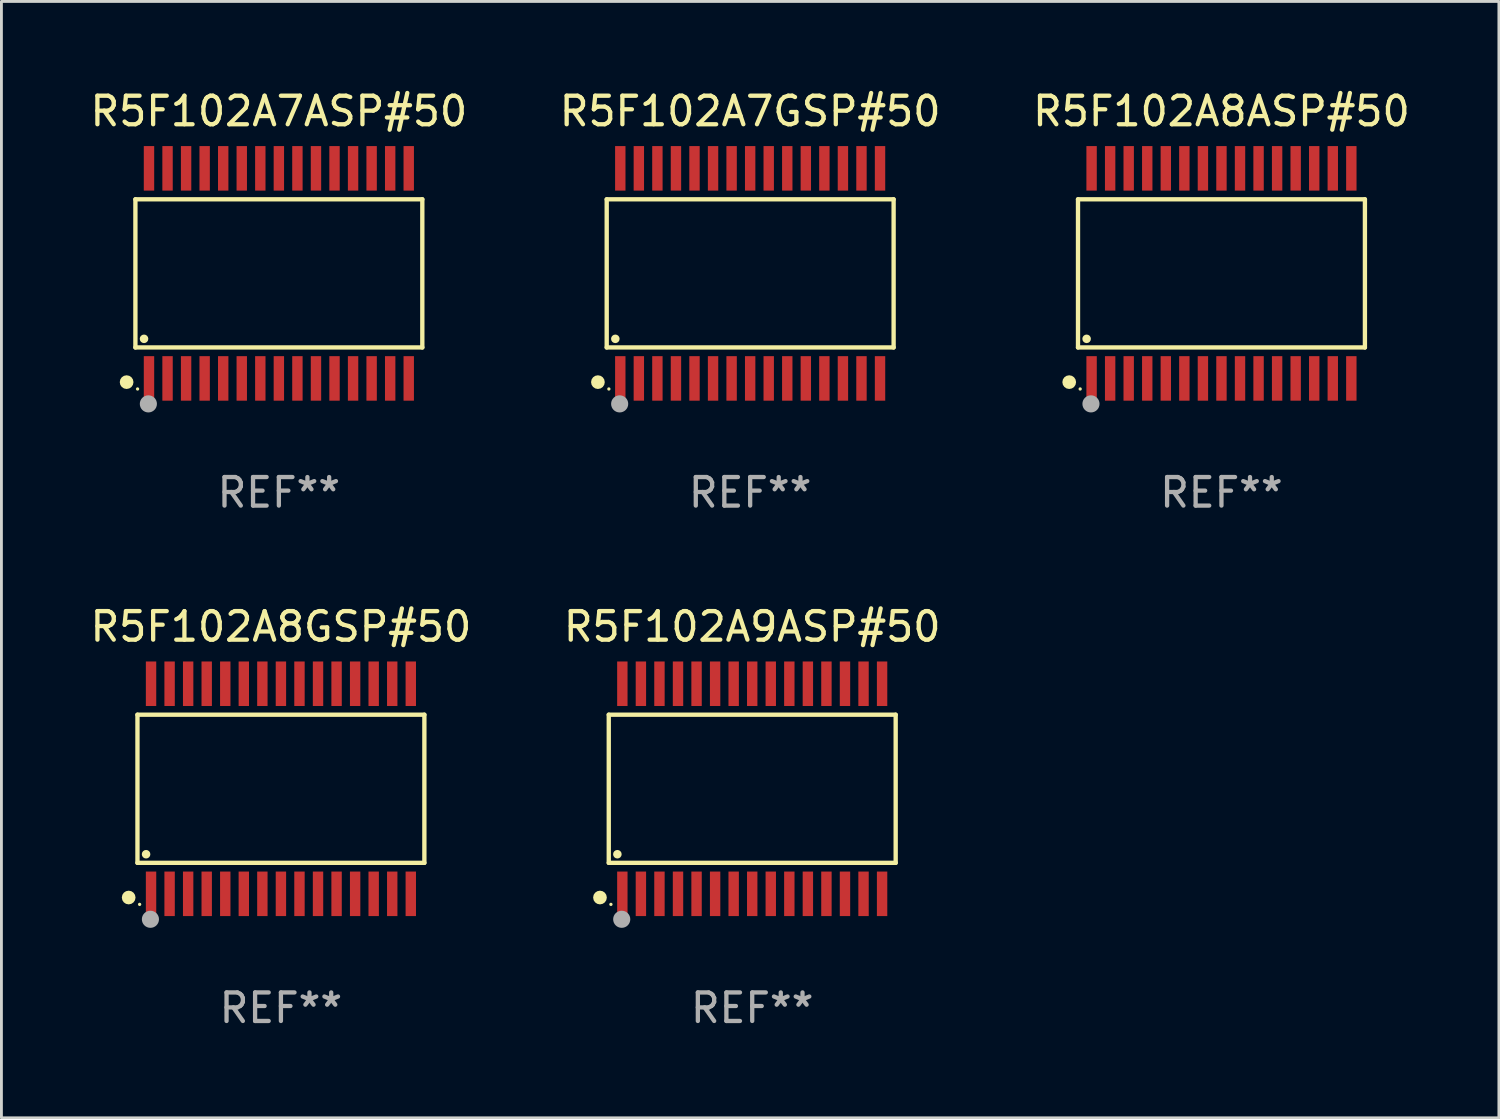
<source format=kicad_pcb>
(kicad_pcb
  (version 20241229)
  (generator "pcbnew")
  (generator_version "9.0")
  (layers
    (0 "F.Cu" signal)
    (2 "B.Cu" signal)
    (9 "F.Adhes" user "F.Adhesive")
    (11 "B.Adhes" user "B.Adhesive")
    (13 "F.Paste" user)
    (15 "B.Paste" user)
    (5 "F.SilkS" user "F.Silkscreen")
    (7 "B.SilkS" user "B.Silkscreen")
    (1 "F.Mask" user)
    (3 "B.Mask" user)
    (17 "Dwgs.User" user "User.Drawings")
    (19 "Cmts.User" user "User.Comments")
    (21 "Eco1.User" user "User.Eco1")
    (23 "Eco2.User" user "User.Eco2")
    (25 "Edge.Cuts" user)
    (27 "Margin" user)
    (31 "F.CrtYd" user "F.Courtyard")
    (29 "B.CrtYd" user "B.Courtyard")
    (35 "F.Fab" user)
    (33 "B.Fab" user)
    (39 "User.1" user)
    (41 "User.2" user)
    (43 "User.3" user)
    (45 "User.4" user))
  (footprint "R5F102A8GSP#50"
    (layer "F.Cu")
    (at 6.792 24.585)
    (property "Reference" "R5F102A8GSP#50" (at 0 -5.68 0) (layer "F.SilkS") (effects (font (size 1 1) (thickness 0.15))))
    (attr through_hole)
    (fp_line (start -5.026 -2.595) (end 5.026 -2.595) (stroke (width 0.152) (type solid)) (layer "F.SilkS"))
    (fp_line (start -5.026 2.595) (end -5.026 -2.595) (stroke (width 0.152) (type solid)) (layer "F.SilkS"))
    (fp_line (start 5.026 -2.595) (end 5.026 2.595) (stroke (width 0.152) (type solid)) (layer "F.SilkS"))
    (fp_line (start 5.026 2.595) (end -5.026 2.595) (stroke (width 0.152) (type solid)) (layer "F.SilkS"))
    (fp_circle (center -5.334 3.81) (end -5.214 3.81) (stroke (width 0.24) (type solid)) (fill no) (layer "F.SilkS"))
    (fp_circle (center -4.95 4.05) (end -4.92 4.05) (stroke (width 0.06) (type solid)) (fill no) (layer "F.SilkS"))
    (fp_circle (center -4.724 2.293) (end -4.649 2.293) (stroke (width 0.15) (type solid)) (fill no) (layer "F.SilkS"))
    (fp_circle (center -4.572 4.572) (end -4.422 4.572) (stroke (width 0.3) (type solid)) (fill no) (layer "F.Fab"))
    (fp_text user "REF**" (at 0 7.68 0) (layer "F.Fab") (effects (font (size 1 1) (thickness 0.15))))
    (pad "1" smd rect (at -4.55 3.68) (size 0.364 1.56) (layers "F.Cu" "F.Mask" "F.Paste"))
    (pad "2" smd rect (at -3.9 3.68) (size 0.364 1.56) (layers "F.Cu" "F.Mask" "F.Paste"))
    (pad "3" smd rect (at -3.25 3.68) (size 0.364 1.56) (layers "F.Cu" "F.Mask" "F.Paste"))
    (pad "4" smd rect (at -2.6 3.68) (size 0.364 1.56) (layers "F.Cu" "F.Mask" "F.Paste"))
    (pad "5" smd rect (at -1.95 3.68) (size 0.364 1.56) (layers "F.Cu" "F.Mask" "F.Paste"))
    (pad "6" smd rect (at -1.3 3.68) (size 0.364 1.56) (layers "F.Cu" "F.Mask" "F.Paste"))
    (pad "7" smd rect (at -0.65 3.68) (size 0.364 1.56) (layers "F.Cu" "F.Mask" "F.Paste"))
    (pad "8" smd rect (at -0.000013 3.68) (size 0.364 1.56) (layers "F.Cu" "F.Mask" "F.Paste"))
    (pad "9" smd rect (at 0.65 3.68) (size 0.364 1.56) (layers "F.Cu" "F.Mask" "F.Paste"))
    (pad "10" smd rect (at 1.3 3.68) (size 0.364 1.56) (layers "F.Cu" "F.Mask" "F.Paste"))
    (pad "11" smd rect (at 1.95 3.68) (size 0.364 1.56) (layers "F.Cu" "F.Mask" "F.Paste"))
    (pad "12" smd rect (at 2.6 3.68) (size 0.364 1.56) (layers "F.Cu" "F.Mask" "F.Paste"))
    (pad "13" smd rect (at 3.25 3.68) (size 0.364 1.56) (layers "F.Cu" "F.Mask" "F.Paste"))
    (pad "14" smd rect (at 3.9 3.68) (size 0.364 1.56) (layers "F.Cu" "F.Mask" "F.Paste"))
    (pad "15" smd rect (at 4.55 3.68) (size 0.364 1.56) (layers "F.Cu" "F.Mask" "F.Paste"))
    (pad "16" smd rect (at 4.55 -3.68) (size 0.364 1.56) (layers "F.Cu" "F.Mask" "F.Paste"))
    (pad "17" smd rect (at 3.9 -3.68) (size 0.364 1.56) (layers "F.Cu" "F.Mask" "F.Paste"))
    (pad "18" smd rect (at 3.25 -3.68) (size 0.364 1.56) (layers "F.Cu" "F.Mask" "F.Paste"))
    (pad "19" smd rect (at 2.6 -3.68) (size 0.364 1.56) (layers "F.Cu" "F.Mask" "F.Paste"))
    (pad "20" smd rect (at 1.95 -3.68) (size 0.364 1.56) (layers "F.Cu" "F.Mask" "F.Paste"))
    (pad "21" smd rect (at 1.3 -3.68) (size 0.364 1.56) (layers "F.Cu" "F.Mask" "F.Paste"))
    (pad "22" smd rect (at 0.65 -3.68) (size 0.364 1.56) (layers "F.Cu" "F.Mask" "F.Paste"))
    (pad "23" smd rect (at -0.000013 -3.68) (size 0.364 1.56) (layers "F.Cu" "F.Mask" "F.Paste"))
    (pad "24" smd rect (at -0.65 -3.68) (size 0.364 1.56) (layers "F.Cu" "F.Mask" "F.Paste"))
    (pad "25" smd rect (at -1.3 -3.68) (size 0.364 1.56) (layers "F.Cu" "F.Mask" "F.Paste"))
    (pad "26" smd rect (at -1.95 -3.68) (size 0.364 1.56) (layers "F.Cu" "F.Mask" "F.Paste"))
    (pad "27" smd rect (at -2.6 -3.68) (size 0.364 1.56) (layers "F.Cu" "F.Mask" "F.Paste"))
    (pad "28" smd rect (at -3.25 -3.68) (size 0.364 1.56) (layers "F.Cu" "F.Mask" "F.Paste"))
    (pad "29" smd rect (at -3.9 -3.68) (size 0.364 1.56) (layers "F.Cu" "F.Mask" "F.Paste"))
    (pad "30" smd rect (at -4.55 -3.68) (size 0.364 1.56) (layers "F.Cu" "F.Mask" "F.Paste")))
  (footprint "R5F102A8ASP#50"
    (layer "F.Cu")
    (at 39.744 6.528)
    (property "Reference" "R5F102A8ASP#50" (at 0 -5.68 0) (layer "F.SilkS") (effects (font (size 1 1) (thickness 0.15))))
    (attr through_hole)
    (fp_line (start -5.026 -2.595) (end 5.026 -2.595) (stroke (width 0.152) (type solid)) (layer "F.SilkS"))
    (fp_line (start -5.026 2.595) (end -5.026 -2.595) (stroke (width 0.152) (type solid)) (layer "F.SilkS"))
    (fp_line (start 5.026 -2.595) (end 5.026 2.595) (stroke (width 0.152) (type solid)) (layer "F.SilkS"))
    (fp_line (start 5.026 2.595) (end -5.026 2.595) (stroke (width 0.152) (type solid)) (layer "F.SilkS"))
    (fp_circle (center -5.334 3.81) (end -5.214 3.81) (stroke (width 0.24) (type solid)) (fill no) (layer "F.SilkS"))
    (fp_circle (center -4.95 4.05) (end -4.92 4.05) (stroke (width 0.06) (type solid)) (fill no) (layer "F.SilkS"))
    (fp_circle (center -4.724 2.293) (end -4.649 2.293) (stroke (width 0.15) (type solid)) (fill no) (layer "F.SilkS"))
    (fp_circle (center -4.572 4.572) (end -4.422 4.572) (stroke (width 0.3) (type solid)) (fill no) (layer "F.Fab"))
    (fp_text user "REF**" (at 0 7.68 0) (layer "F.Fab") (effects (font (size 1 1) (thickness 0.15))))
    (pad "1" smd rect (at -4.55 3.68) (size 0.364 1.56) (layers "F.Cu" "F.Mask" "F.Paste"))
    (pad "2" smd rect (at -3.9 3.68) (size 0.364 1.56) (layers "F.Cu" "F.Mask" "F.Paste"))
    (pad "3" smd rect (at -3.25 3.68) (size 0.364 1.56) (layers "F.Cu" "F.Mask" "F.Paste"))
    (pad "4" smd rect (at -2.6 3.68) (size 0.364 1.56) (layers "F.Cu" "F.Mask" "F.Paste"))
    (pad "5" smd rect (at -1.95 3.68) (size 0.364 1.56) (layers "F.Cu" "F.Mask" "F.Paste"))
    (pad "6" smd rect (at -1.3 3.68) (size 0.364 1.56) (layers "F.Cu" "F.Mask" "F.Paste"))
    (pad "7" smd rect (at -0.65 3.68) (size 0.364 1.56) (layers "F.Cu" "F.Mask" "F.Paste"))
    (pad "8" smd rect (at -0.000013 3.68) (size 0.364 1.56) (layers "F.Cu" "F.Mask" "F.Paste"))
    (pad "9" smd rect (at 0.65 3.68) (size 0.364 1.56) (layers "F.Cu" "F.Mask" "F.Paste"))
    (pad "10" smd rect (at 1.3 3.68) (size 0.364 1.56) (layers "F.Cu" "F.Mask" "F.Paste"))
    (pad "11" smd rect (at 1.95 3.68) (size 0.364 1.56) (layers "F.Cu" "F.Mask" "F.Paste"))
    (pad "12" smd rect (at 2.6 3.68) (size 0.364 1.56) (layers "F.Cu" "F.Mask" "F.Paste"))
    (pad "13" smd rect (at 3.25 3.68) (size 0.364 1.56) (layers "F.Cu" "F.Mask" "F.Paste"))
    (pad "14" smd rect (at 3.9 3.68) (size 0.364 1.56) (layers "F.Cu" "F.Mask" "F.Paste"))
    (pad "15" smd rect (at 4.55 3.68) (size 0.364 1.56) (layers "F.Cu" "F.Mask" "F.Paste"))
    (pad "16" smd rect (at 4.55 -3.68) (size 0.364 1.56) (layers "F.Cu" "F.Mask" "F.Paste"))
    (pad "17" smd rect (at 3.9 -3.68) (size 0.364 1.56) (layers "F.Cu" "F.Mask" "F.Paste"))
    (pad "18" smd rect (at 3.25 -3.68) (size 0.364 1.56) (layers "F.Cu" "F.Mask" "F.Paste"))
    (pad "19" smd rect (at 2.6 -3.68) (size 0.364 1.56) (layers "F.Cu" "F.Mask" "F.Paste"))
    (pad "20" smd rect (at 1.95 -3.68) (size 0.364 1.56) (layers "F.Cu" "F.Mask" "F.Paste"))
    (pad "21" smd rect (at 1.3 -3.68) (size 0.364 1.56) (layers "F.Cu" "F.Mask" "F.Paste"))
    (pad "22" smd rect (at 0.65 -3.68) (size 0.364 1.56) (layers "F.Cu" "F.Mask" "F.Paste"))
    (pad "23" smd rect (at -0.000013 -3.68) (size 0.364 1.56) (layers "F.Cu" "F.Mask" "F.Paste"))
    (pad "24" smd rect (at -0.65 -3.68) (size 0.364 1.56) (layers "F.Cu" "F.Mask" "F.Paste"))
    (pad "25" smd rect (at -1.3 -3.68) (size 0.364 1.56) (layers "F.Cu" "F.Mask" "F.Paste"))
    (pad "26" smd rect (at -1.95 -3.68) (size 0.364 1.56) (layers "F.Cu" "F.Mask" "F.Paste"))
    (pad "27" smd rect (at -2.6 -3.68) (size 0.364 1.56) (layers "F.Cu" "F.Mask" "F.Paste"))
    (pad "28" smd rect (at -3.25 -3.68) (size 0.364 1.56) (layers "F.Cu" "F.Mask" "F.Paste"))
    (pad "29" smd rect (at -3.9 -3.68) (size 0.364 1.56) (layers "F.Cu" "F.Mask" "F.Paste"))
    (pad "30" smd rect (at -4.55 -3.68) (size 0.364 1.56) (layers "F.Cu" "F.Mask" "F.Paste")))
  (footprint "R5F102A7GSP#50"
    (layer "F.Cu")
    (at 23.232 6.528)
    (property "Reference" "R5F102A7GSP#50" (at 0 -5.68 0) (layer "F.SilkS") (effects (font (size 1 1) (thickness 0.15))))
    (attr through_hole)
    (fp_line (start -5.026 -2.595) (end 5.026 -2.595) (stroke (width 0.152) (type solid)) (layer "F.SilkS"))
    (fp_line (start -5.026 2.595) (end -5.026 -2.595) (stroke (width 0.152) (type solid)) (layer "F.SilkS"))
    (fp_line (start 5.026 -2.595) (end 5.026 2.595) (stroke (width 0.152) (type solid)) (layer "F.SilkS"))
    (fp_line (start 5.026 2.595) (end -5.026 2.595) (stroke (width 0.152) (type solid)) (layer "F.SilkS"))
    (fp_circle (center -5.334 3.81) (end -5.214 3.81) (stroke (width 0.24) (type solid)) (fill no) (layer "F.SilkS"))
    (fp_circle (center -4.95 4.05) (end -4.92 4.05) (stroke (width 0.06) (type solid)) (fill no) (layer "F.SilkS"))
    (fp_circle (center -4.724 2.293) (end -4.649 2.293) (stroke (width 0.15) (type solid)) (fill no) (layer "F.SilkS"))
    (fp_circle (center -4.572 4.572) (end -4.422 4.572) (stroke (width 0.3) (type solid)) (fill no) (layer "F.Fab"))
    (fp_text user "REF**" (at 0 7.68 0) (layer "F.Fab") (effects (font (size 1 1) (thickness 0.15))))
    (pad "1" smd rect (at -4.55 3.68) (size 0.364 1.56) (layers "F.Cu" "F.Mask" "F.Paste"))
    (pad "2" smd rect (at -3.9 3.68) (size 0.364 1.56) (layers "F.Cu" "F.Mask" "F.Paste"))
    (pad "3" smd rect (at -3.25 3.68) (size 0.364 1.56) (layers "F.Cu" "F.Mask" "F.Paste"))
    (pad "4" smd rect (at -2.6 3.68) (size 0.364 1.56) (layers "F.Cu" "F.Mask" "F.Paste"))
    (pad "5" smd rect (at -1.95 3.68) (size 0.364 1.56) (layers "F.Cu" "F.Mask" "F.Paste"))
    (pad "6" smd rect (at -1.3 3.68) (size 0.364 1.56) (layers "F.Cu" "F.Mask" "F.Paste"))
    (pad "7" smd rect (at -0.65 3.68) (size 0.364 1.56) (layers "F.Cu" "F.Mask" "F.Paste"))
    (pad "8" smd rect (at -0.000013 3.68) (size 0.364 1.56) (layers "F.Cu" "F.Mask" "F.Paste"))
    (pad "9" smd rect (at 0.65 3.68) (size 0.364 1.56) (layers "F.Cu" "F.Mask" "F.Paste"))
    (pad "10" smd rect (at 1.3 3.68) (size 0.364 1.56) (layers "F.Cu" "F.Mask" "F.Paste"))
    (pad "11" smd rect (at 1.95 3.68) (size 0.364 1.56) (layers "F.Cu" "F.Mask" "F.Paste"))
    (pad "12" smd rect (at 2.6 3.68) (size 0.364 1.56) (layers "F.Cu" "F.Mask" "F.Paste"))
    (pad "13" smd rect (at 3.25 3.68) (size 0.364 1.56) (layers "F.Cu" "F.Mask" "F.Paste"))
    (pad "14" smd rect (at 3.9 3.68) (size 0.364 1.56) (layers "F.Cu" "F.Mask" "F.Paste"))
    (pad "15" smd rect (at 4.55 3.68) (size 0.364 1.56) (layers "F.Cu" "F.Mask" "F.Paste"))
    (pad "16" smd rect (at 4.55 -3.68) (size 0.364 1.56) (layers "F.Cu" "F.Mask" "F.Paste"))
    (pad "17" smd rect (at 3.9 -3.68) (size 0.364 1.56) (layers "F.Cu" "F.Mask" "F.Paste"))
    (pad "18" smd rect (at 3.25 -3.68) (size 0.364 1.56) (layers "F.Cu" "F.Mask" "F.Paste"))
    (pad "19" smd rect (at 2.6 -3.68) (size 0.364 1.56) (layers "F.Cu" "F.Mask" "F.Paste"))
    (pad "20" smd rect (at 1.95 -3.68) (size 0.364 1.56) (layers "F.Cu" "F.Mask" "F.Paste"))
    (pad "21" smd rect (at 1.3 -3.68) (size 0.364 1.56) (layers "F.Cu" "F.Mask" "F.Paste"))
    (pad "22" smd rect (at 0.65 -3.68) (size 0.364 1.56) (layers "F.Cu" "F.Mask" "F.Paste"))
    (pad "23" smd rect (at -0.000013 -3.68) (size 0.364 1.56) (layers "F.Cu" "F.Mask" "F.Paste"))
    (pad "24" smd rect (at -0.65 -3.68) (size 0.364 1.56) (layers "F.Cu" "F.Mask" "F.Paste"))
    (pad "25" smd rect (at -1.3 -3.68) (size 0.364 1.56) (layers "F.Cu" "F.Mask" "F.Paste"))
    (pad "26" smd rect (at -1.95 -3.68) (size 0.364 1.56) (layers "F.Cu" "F.Mask" "F.Paste"))
    (pad "27" smd rect (at -2.6 -3.68) (size 0.364 1.56) (layers "F.Cu" "F.Mask" "F.Paste"))
    (pad "28" smd rect (at -3.25 -3.68) (size 0.364 1.56) (layers "F.Cu" "F.Mask" "F.Paste"))
    (pad "29" smd rect (at -3.9 -3.68) (size 0.364 1.56) (layers "F.Cu" "F.Mask" "F.Paste"))
    (pad "30" smd rect (at -4.55 -3.68) (size 0.364 1.56) (layers "F.Cu" "F.Mask" "F.Paste")))
  (footprint "R5F102A7ASP#50"
    (layer "F.Cu")
    (at 6.72 6.528)
    (property "Reference" "R5F102A7ASP#50" (at 0 -5.68 0) (layer "F.SilkS") (effects (font (size 1 1) (thickness 0.15))))
    (attr through_hole)
    (fp_line (start -5.026 -2.595) (end 5.026 -2.595) (stroke (width 0.152) (type solid)) (layer "F.SilkS"))
    (fp_line (start -5.026 2.595) (end -5.026 -2.595) (stroke (width 0.152) (type solid)) (layer "F.SilkS"))
    (fp_line (start 5.026 -2.595) (end 5.026 2.595) (stroke (width 0.152) (type solid)) (layer "F.SilkS"))
    (fp_line (start 5.026 2.595) (end -5.026 2.595) (stroke (width 0.152) (type solid)) (layer "F.SilkS"))
    (fp_circle (center -5.334 3.81) (end -5.214 3.81) (stroke (width 0.24) (type solid)) (fill no) (layer "F.SilkS"))
    (fp_circle (center -4.95 4.05) (end -4.92 4.05) (stroke (width 0.06) (type solid)) (fill no) (layer "F.SilkS"))
    (fp_circle (center -4.724 2.293) (end -4.649 2.293) (stroke (width 0.15) (type solid)) (fill no) (layer "F.SilkS"))
    (fp_circle (center -4.572 4.572) (end -4.422 4.572) (stroke (width 0.3) (type solid)) (fill no) (layer "F.Fab"))
    (fp_text user "REF**" (at 0 7.68 0) (layer "F.Fab") (effects (font (size 1 1) (thickness 0.15))))
    (pad "1" smd rect (at -4.55 3.68) (size 0.364 1.56) (layers "F.Cu" "F.Mask" "F.Paste"))
    (pad "2" smd rect (at -3.9 3.68) (size 0.364 1.56) (layers "F.Cu" "F.Mask" "F.Paste"))
    (pad "3" smd rect (at -3.25 3.68) (size 0.364 1.56) (layers "F.Cu" "F.Mask" "F.Paste"))
    (pad "4" smd rect (at -2.6 3.68) (size 0.364 1.56) (layers "F.Cu" "F.Mask" "F.Paste"))
    (pad "5" smd rect (at -1.95 3.68) (size 0.364 1.56) (layers "F.Cu" "F.Mask" "F.Paste"))
    (pad "6" smd rect (at -1.3 3.68) (size 0.364 1.56) (layers "F.Cu" "F.Mask" "F.Paste"))
    (pad "7" smd rect (at -0.65 3.68) (size 0.364 1.56) (layers "F.Cu" "F.Mask" "F.Paste"))
    (pad "8" smd rect (at -0.000013 3.68) (size 0.364 1.56) (layers "F.Cu" "F.Mask" "F.Paste"))
    (pad "9" smd rect (at 0.65 3.68) (size 0.364 1.56) (layers "F.Cu" "F.Mask" "F.Paste"))
    (pad "10" smd rect (at 1.3 3.68) (size 0.364 1.56) (layers "F.Cu" "F.Mask" "F.Paste"))
    (pad "11" smd rect (at 1.95 3.68) (size 0.364 1.56) (layers "F.Cu" "F.Mask" "F.Paste"))
    (pad "12" smd rect (at 2.6 3.68) (size 0.364 1.56) (layers "F.Cu" "F.Mask" "F.Paste"))
    (pad "13" smd rect (at 3.25 3.68) (size 0.364 1.56) (layers "F.Cu" "F.Mask" "F.Paste"))
    (pad "14" smd rect (at 3.9 3.68) (size 0.364 1.56) (layers "F.Cu" "F.Mask" "F.Paste"))
    (pad "15" smd rect (at 4.55 3.68) (size 0.364 1.56) (layers "F.Cu" "F.Mask" "F.Paste"))
    (pad "16" smd rect (at 4.55 -3.68) (size 0.364 1.56) (layers "F.Cu" "F.Mask" "F.Paste"))
    (pad "17" smd rect (at 3.9 -3.68) (size 0.364 1.56) (layers "F.Cu" "F.Mask" "F.Paste"))
    (pad "18" smd rect (at 3.25 -3.68) (size 0.364 1.56) (layers "F.Cu" "F.Mask" "F.Paste"))
    (pad "19" smd rect (at 2.6 -3.68) (size 0.364 1.56) (layers "F.Cu" "F.Mask" "F.Paste"))
    (pad "20" smd rect (at 1.95 -3.68) (size 0.364 1.56) (layers "F.Cu" "F.Mask" "F.Paste"))
    (pad "21" smd rect (at 1.3 -3.68) (size 0.364 1.56) (layers "F.Cu" "F.Mask" "F.Paste"))
    (pad "22" smd rect (at 0.65 -3.68) (size 0.364 1.56) (layers "F.Cu" "F.Mask" "F.Paste"))
    (pad "23" smd rect (at -0.000013 -3.68) (size 0.364 1.56) (layers "F.Cu" "F.Mask" "F.Paste"))
    (pad "24" smd rect (at -0.65 -3.68) (size 0.364 1.56) (layers "F.Cu" "F.Mask" "F.Paste"))
    (pad "25" smd rect (at -1.3 -3.68) (size 0.364 1.56) (layers "F.Cu" "F.Mask" "F.Paste"))
    (pad "26" smd rect (at -1.95 -3.68) (size 0.364 1.56) (layers "F.Cu" "F.Mask" "F.Paste"))
    (pad "27" smd rect (at -2.6 -3.68) (size 0.364 1.56) (layers "F.Cu" "F.Mask" "F.Paste"))
    (pad "28" smd rect (at -3.25 -3.68) (size 0.364 1.56) (layers "F.Cu" "F.Mask" "F.Paste"))
    (pad "29" smd rect (at -3.9 -3.68) (size 0.364 1.56) (layers "F.Cu" "F.Mask" "F.Paste"))
    (pad "30" smd rect (at -4.55 -3.68) (size 0.364 1.56) (layers "F.Cu" "F.Mask" "F.Paste")))
  (footprint "R5F102A9ASP#50"
    (layer "F.Cu")
    (at 23.304 24.585)
    (property "Reference" "R5F102A9ASP#50" (at 0 -5.68 0) (layer "F.SilkS") (effects (font (size 1 1) (thickness 0.15))))
    (attr through_hole)
    (fp_line (start -5.026 -2.595) (end 5.026 -2.595) (stroke (width 0.152) (type solid)) (layer "F.SilkS"))
    (fp_line (start -5.026 2.595) (end -5.026 -2.595) (stroke (width 0.152) (type solid)) (layer "F.SilkS"))
    (fp_line (start 5.026 -2.595) (end 5.026 2.595) (stroke (width 0.152) (type solid)) (layer "F.SilkS"))
    (fp_line (start 5.026 2.595) (end -5.026 2.595) (stroke (width 0.152) (type solid)) (layer "F.SilkS"))
    (fp_circle (center -5.334 3.81) (end -5.214 3.81) (stroke (width 0.24) (type solid)) (fill no) (layer "F.SilkS"))
    (fp_circle (center -4.95 4.05) (end -4.92 4.05) (stroke (width 0.06) (type solid)) (fill no) (layer "F.SilkS"))
    (fp_circle (center -4.724 2.293) (end -4.649 2.293) (stroke (width 0.15) (type solid)) (fill no) (layer "F.SilkS"))
    (fp_circle (center -4.572 4.572) (end -4.422 4.572) (stroke (width 0.3) (type solid)) (fill no) (layer "F.Fab"))
    (fp_text user "REF**" (at 0 7.68 0) (layer "F.Fab") (effects (font (size 1 1) (thickness 0.15))))
    (pad "1" smd rect (at -4.55 3.68) (size 0.364 1.56) (layers "F.Cu" "F.Mask" "F.Paste"))
    (pad "2" smd rect (at -3.9 3.68) (size 0.364 1.56) (layers "F.Cu" "F.Mask" "F.Paste"))
    (pad "3" smd rect (at -3.25 3.68) (size 0.364 1.56) (layers "F.Cu" "F.Mask" "F.Paste"))
    (pad "4" smd rect (at -2.6 3.68) (size 0.364 1.56) (layers "F.Cu" "F.Mask" "F.Paste"))
    (pad "5" smd rect (at -1.95 3.68) (size 0.364 1.56) (layers "F.Cu" "F.Mask" "F.Paste"))
    (pad "6" smd rect (at -1.3 3.68) (size 0.364 1.56) (layers "F.Cu" "F.Mask" "F.Paste"))
    (pad "7" smd rect (at -0.65 3.68) (size 0.364 1.56) (layers "F.Cu" "F.Mask" "F.Paste"))
    (pad "8" smd rect (at -0.000013 3.68) (size 0.364 1.56) (layers "F.Cu" "F.Mask" "F.Paste"))
    (pad "9" smd rect (at 0.65 3.68) (size 0.364 1.56) (layers "F.Cu" "F.Mask" "F.Paste"))
    (pad "10" smd rect (at 1.3 3.68) (size 0.364 1.56) (layers "F.Cu" "F.Mask" "F.Paste"))
    (pad "11" smd rect (at 1.95 3.68) (size 0.364 1.56) (layers "F.Cu" "F.Mask" "F.Paste"))
    (pad "12" smd rect (at 2.6 3.68) (size 0.364 1.56) (layers "F.Cu" "F.Mask" "F.Paste"))
    (pad "13" smd rect (at 3.25 3.68) (size 0.364 1.56) (layers "F.Cu" "F.Mask" "F.Paste"))
    (pad "14" smd rect (at 3.9 3.68) (size 0.364 1.56) (layers "F.Cu" "F.Mask" "F.Paste"))
    (pad "15" smd rect (at 4.55 3.68) (size 0.364 1.56) (layers "F.Cu" "F.Mask" "F.Paste"))
    (pad "16" smd rect (at 4.55 -3.68) (size 0.364 1.56) (layers "F.Cu" "F.Mask" "F.Paste"))
    (pad "17" smd rect (at 3.9 -3.68) (size 0.364 1.56) (layers "F.Cu" "F.Mask" "F.Paste"))
    (pad "18" smd rect (at 3.25 -3.68) (size 0.364 1.56) (layers "F.Cu" "F.Mask" "F.Paste"))
    (pad "19" smd rect (at 2.6 -3.68) (size 0.364 1.56) (layers "F.Cu" "F.Mask" "F.Paste"))
    (pad "20" smd rect (at 1.95 -3.68) (size 0.364 1.56) (layers "F.Cu" "F.Mask" "F.Paste"))
    (pad "21" smd rect (at 1.3 -3.68) (size 0.364 1.56) (layers "F.Cu" "F.Mask" "F.Paste"))
    (pad "22" smd rect (at 0.65 -3.68) (size 0.364 1.56) (layers "F.Cu" "F.Mask" "F.Paste"))
    (pad "23" smd rect (at -0.000013 -3.68) (size 0.364 1.56) (layers "F.Cu" "F.Mask" "F.Paste"))
    (pad "24" smd rect (at -0.65 -3.68) (size 0.364 1.56) (layers "F.Cu" "F.Mask" "F.Paste"))
    (pad "25" smd rect (at -1.3 -3.68) (size 0.364 1.56) (layers "F.Cu" "F.Mask" "F.Paste"))
    (pad "26" smd rect (at -1.95 -3.68) (size 0.364 1.56) (layers "F.Cu" "F.Mask" "F.Paste"))
    (pad "27" smd rect (at -2.6 -3.68) (size 0.364 1.56) (layers "F.Cu" "F.Mask" "F.Paste"))
    (pad "28" smd rect (at -3.25 -3.68) (size 0.364 1.56) (layers "F.Cu" "F.Mask" "F.Paste"))
    (pad "29" smd rect (at -3.9 -3.68) (size 0.364 1.56) (layers "F.Cu" "F.Mask" "F.Paste"))
    (pad "30" smd rect (at -4.55 -3.68) (size 0.364 1.56) (layers "F.Cu" "F.Mask" "F.Paste")))
  (gr_rect
    (start -3 -3)
    (end 49.464 36.113)
    (stroke (width 0.1) (type default))
    (fill no)
    (layer "Edge.Cuts")))
</source>
